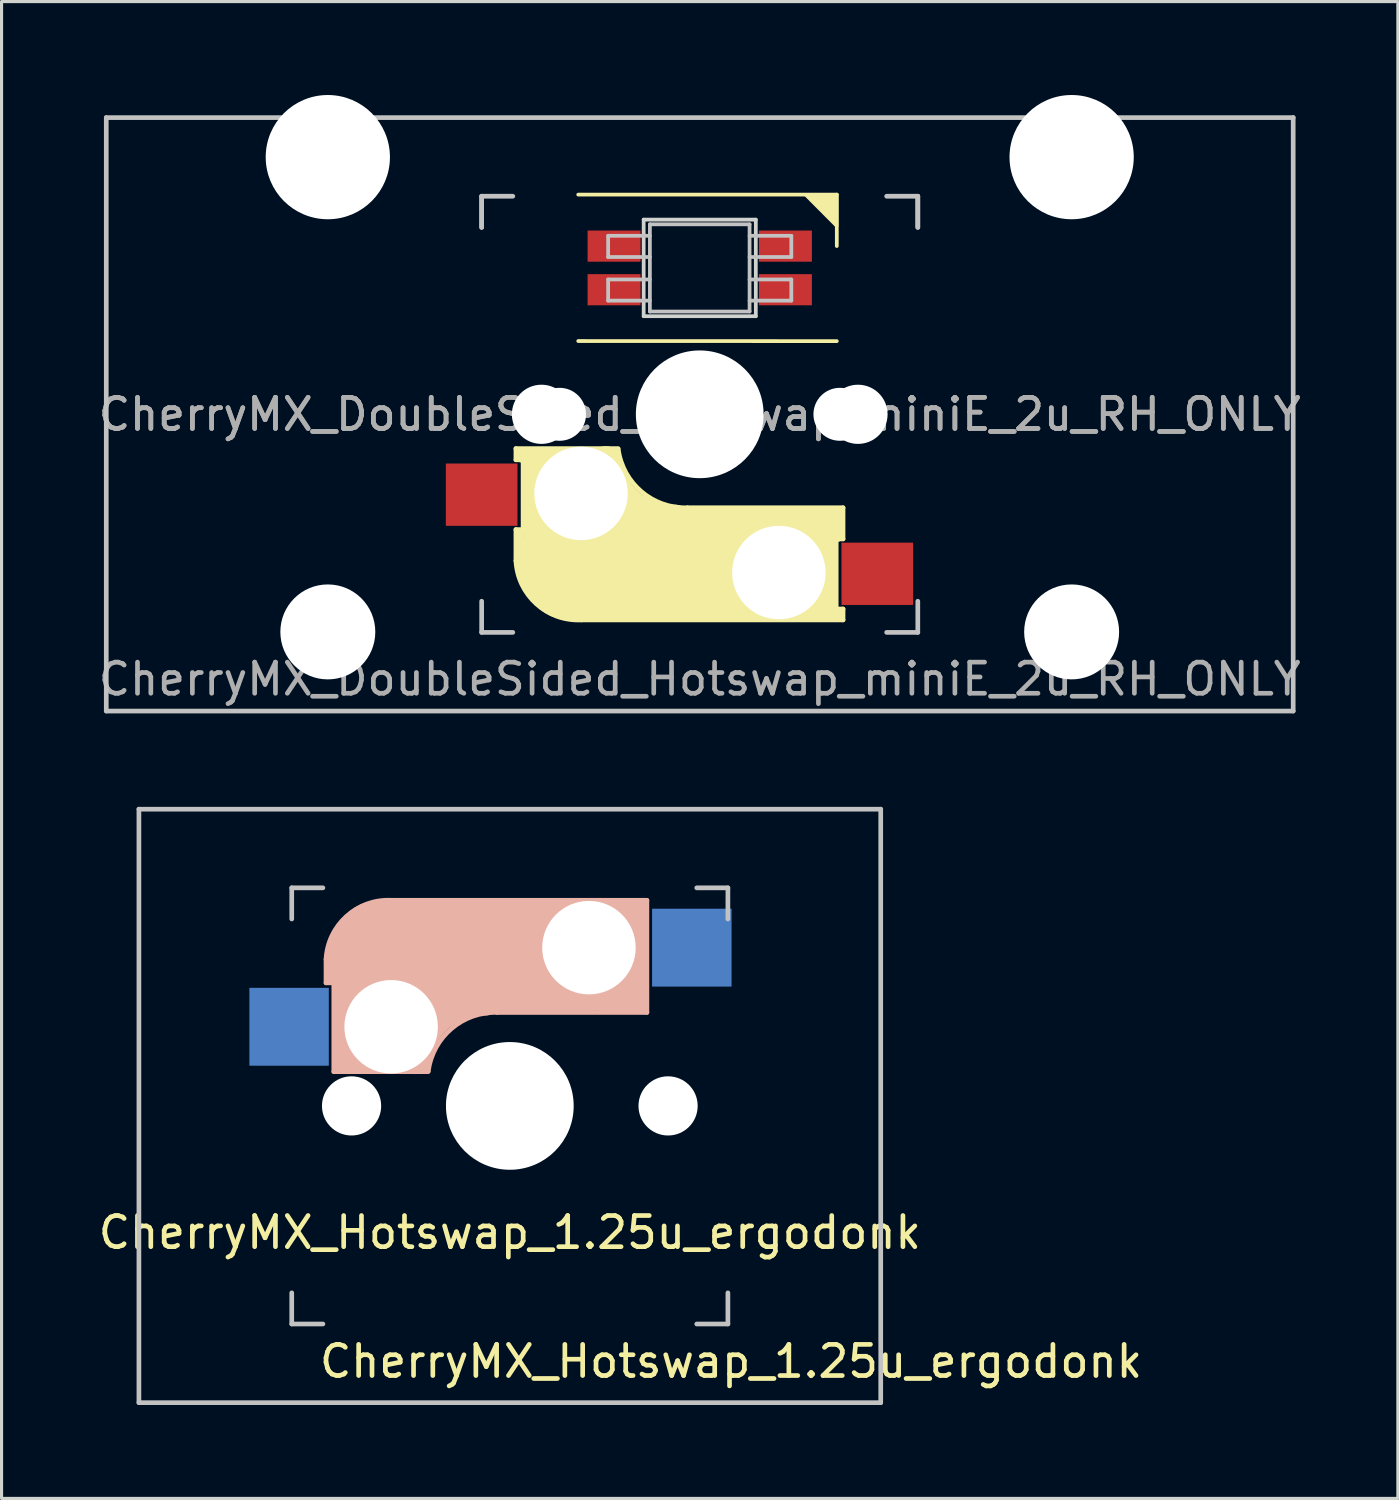
<source format=kicad_pcb>
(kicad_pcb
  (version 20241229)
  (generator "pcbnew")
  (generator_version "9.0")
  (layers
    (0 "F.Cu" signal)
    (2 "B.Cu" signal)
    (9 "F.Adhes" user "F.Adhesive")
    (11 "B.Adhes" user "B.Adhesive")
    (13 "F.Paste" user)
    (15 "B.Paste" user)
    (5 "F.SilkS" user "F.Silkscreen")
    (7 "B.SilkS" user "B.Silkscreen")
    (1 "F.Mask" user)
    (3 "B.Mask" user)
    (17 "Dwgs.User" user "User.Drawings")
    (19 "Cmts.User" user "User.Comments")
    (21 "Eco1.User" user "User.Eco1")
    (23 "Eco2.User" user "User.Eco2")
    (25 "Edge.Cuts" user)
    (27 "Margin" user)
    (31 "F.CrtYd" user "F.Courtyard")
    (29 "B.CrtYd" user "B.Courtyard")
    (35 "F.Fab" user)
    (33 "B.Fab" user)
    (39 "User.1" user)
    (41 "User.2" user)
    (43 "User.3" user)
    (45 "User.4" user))
  (footprint "CherryMX_Hotswap_1.25u_ergodonk"
    (layer "F.Cu")
    (at 13.315 32.449)
    (property "Reference" "CherryMX_Hotswap_1.25u_ergodonk" (at 7.1 8.2 0) (layer "F.SilkS") (effects (font (size 1 1) (thickness 0.15))))
    (attr through_hole)
    (fp_line (start -5.9 -4.7) (end -5.9 -3.95) (stroke (width 0.15) (type solid)) (layer "B.SilkS"))
    (fp_line (start -5.9 -3.95) (end -5.7 -3.95) (stroke (width 0.15) (type solid)) (layer "B.SilkS"))
    (fp_line (start -5.8 -4.05) (end -5.8 -4.7) (stroke (width 0.3) (type solid)) (layer "B.SilkS"))
    (fp_line (start -5.65 -5.55) (end -5.65 -1.1) (stroke (width 0.15) (type solid)) (layer "B.SilkS"))
    (fp_line (start -5.65 -1.1) (end -2.62 -1.1) (stroke (width 0.15) (type solid)) (layer "B.SilkS"))
    (fp_line (start -5.45 -1.3) (end -3 -1.3) (stroke (width 0.5) (type solid)) (layer "B.SilkS"))
    (fp_line (start -5.3 -1.6) (end -5.3 -3.4) (stroke (width 0.8) (type solid)) (layer "B.SilkS"))
    (fp_line (start -4.17 -5.1) (end -4.17 -2.86) (stroke (width 3) (type solid)) (layer "B.SilkS"))
    (fp_line (start -0.4 -3) (end 4.4 -3) (stroke (width 0.15) (type solid)) (layer "B.SilkS"))
    (fp_line (start 2.6 -4.8) (end -4.1 -4.8) (stroke (width 3.5) (type solid)) (layer "B.SilkS"))
    (fp_line (start 3.9 -6) (end 3.9 -3.5) (stroke (width 1) (type solid)) (layer "B.SilkS"))
    (fp_line (start 4.2 -3.25) (end 2.9 -3.3) (stroke (width 0.5) (type solid)) (layer "B.SilkS"))
    (fp_line (start 4.25 -6.4) (end 3 -6.4) (stroke (width 0.4) (type solid)) (layer "B.SilkS"))
    (fp_line (start 4.38 -4) (end 4.38 -6.25) (stroke (width 0.15) (type solid)) (layer "B.SilkS"))
    (fp_line (start 4.4 -6.6) (end -3.8 -6.6) (stroke (width 0.15) (type solid)) (layer "B.SilkS"))
    (fp_line (start 4.4 -3) (end 4.4 -6.6) (stroke (width 0.15) (type solid)) (layer "B.SilkS"))
    (fp_arc (start -5.9 -4.699999) (mid -5.243504 -6.084924) (end -3.800001 -6.6) (stroke (width 0.15) (type solid)) (layer "B.SilkS"))
    (fp_arc (start -3.016318 -1.521471) (mid -2.268709 -2.886118) (end -0.8 -3.4) (stroke (width 1) (type solid)) (layer "B.SilkS"))
    (fp_arc (start -2.616318 -1.121471) (mid -1.868709 -2.486118) (end -0.4 -3) (stroke (width 0.15) (type solid)) (layer "B.SilkS"))
    (fp_line (start -11.906 -9.525) (end 11.906 -9.525) (stroke (width 0.15) (type solid)) (layer "Dwgs.User"))
    (fp_line (start -11.906 9.525) (end -11.906 -9.525) (stroke (width 0.15) (type solid)) (layer "Dwgs.User"))
    (fp_line (start -7 -7) (end -6 -7) (stroke (width 0.15) (type solid)) (layer "Dwgs.User"))
    (fp_line (start -7 -6) (end -7 -7) (stroke (width 0.15) (type solid)) (layer "Dwgs.User"))
    (fp_line (start -7 6) (end -7 7) (stroke (width 0.15) (type solid)) (layer "Dwgs.User"))
    (fp_line (start -7 7) (end -6 7) (stroke (width 0.15) (type solid)) (layer "Dwgs.User"))
    (fp_line (start 6 7) (end 7 7) (stroke (width 0.15) (type solid)) (layer "Dwgs.User"))
    (fp_line (start 7 -7) (end 6 -7) (stroke (width 0.15) (type solid)) (layer "Dwgs.User"))
    (fp_line (start 7 -7) (end 7 -6) (stroke (width 0.15) (type solid)) (layer "Dwgs.User"))
    (fp_line (start 7 7) (end 7 6) (stroke (width 0.15) (type solid)) (layer "Dwgs.User"))
    (fp_line (start 11.906 -9.525) (end 11.906 9.525) (stroke (width 0.15) (type solid)) (layer "Dwgs.User"))
    (fp_line (start 11.906 9.525) (end -11.906 9.525) (stroke (width 0.15) (type solid)) (layer "Dwgs.User"))
    (fp_text user "${REFERENCE}" (at 0 4.064 0) (layer "F.SilkS") (effects (font (size 1 1) (thickness 0.15))))
    (pad "" np_thru_hole circle (at -5.08 0) (size 1.9 1.9) (drill 1.9) (layers "*.Cu" "*.Mask"))
    (pad "" np_thru_hole circle (at -3.81 -2.54) (size 3 3) (drill 3) (layers "*.Cu" "*.Mask"))
    (pad "" np_thru_hole circle (at 0 0 90) (size 4.1 4.1) (drill 4.1) (layers "*.Cu" "*.Mask"))
    (pad "" np_thru_hole circle (at 2.54 -5.08) (size 3 3) (drill 3) (layers "*.Cu" "*.Mask"))
    (pad "" np_thru_hole circle (at 5.08 0) (size 1.9 1.9) (drill 1.9) (layers "*.Cu" "*.Mask"))
    (pad "1" smd rect (at -7.085 -2.54 180) (size 2.55 2.5) (layers "B.Cu" "B.Mask" "B.Paste"))
    (pad "2" smd rect (at 5.842 -5.08 180) (size 2.55 2.5) (layers "B.Cu" "B.Mask" "B.Paste")))
  (footprint "CherryMX_DoubleSided_Hotswap_miniE_2u_RH_ONLY"
    (layer "F.Cu")
    (at 19.411 10.249)
    (property "Reference" "CherryMX_DoubleSided_Hotswap_miniE_2u_RH_ONLY" (at 0 8.5 0) (layer "F.Fab") (effects (font (size 1 1) (thickness 0.15))))
    (attr through_hole)
    (fp_line (start -5.9 1.1) (end -5.9 1.46) (stroke (width 0.15) (type solid)) (layer "F.SilkS"))
    (fp_line (start -5.9 1.1) (end -2.62 1.1) (stroke (width 0.15) (type solid)) (layer "F.SilkS"))
    (fp_line (start -5.9 3.7) (end -5.7 3.7) (stroke (width 0.15) (type solid)) (layer "F.SilkS"))
    (fp_line (start -5.9 4.7) (end -5.9 3.7) (stroke (width 0.15) (type solid)) (layer "F.SilkS"))
    (fp_line (start -5.8 3.8) (end -5.8 4.7) (stroke (width 0.3) (type solid)) (layer "F.SilkS"))
    (fp_line (start -5.7 1.3) (end -3 1.3) (stroke (width 0.5) (type solid)) (layer "F.SilkS"))
    (fp_line (start -5.7 1.46) (end -5.9 1.46) (stroke (width 0.15) (type solid)) (layer "F.SilkS"))
    (fp_line (start -5.67 3.7) (end -5.67 1.46) (stroke (width 0.15) (type solid)) (layer "F.SilkS"))
    (fp_line (start -5.3 1.6) (end -5.3 3.4) (stroke (width 0.8) (type solid)) (layer "F.SilkS"))
    (fp_line (start -4.17 5.1) (end -4.17 2.86) (stroke (width 3) (type solid)) (layer "F.SilkS"))
    (fp_line (start -3.9 -7.052) (end 4.4 -7.052) (stroke (width 0.12) (type solid)) (layer "F.SilkS"))
    (fp_line (start -0.4 3) (end 4.6 3) (stroke (width 0.15) (type solid)) (layer "F.SilkS"))
    (fp_line (start 2.6 4.8) (end -4.1 4.8) (stroke (width 3.5) (type solid)) (layer "F.SilkS"))
    (fp_line (start 3.9 6) (end 3.9 3.5) (stroke (width 1) (type solid)) (layer "F.SilkS"))
    (fp_line (start 4.3 3.3) (end 2.9 3.3) (stroke (width 0.5) (type solid)) (layer "F.SilkS"))
    (fp_line (start 4.38 4) (end 4.38 6.25) (stroke (width 0.15) (type solid)) (layer "F.SilkS"))
    (fp_line (start 4.4 -7.052) (end 4.4 -5.401) (stroke (width 0.12) (type solid)) (layer "F.SilkS"))
    (fp_line (start 4.4 -2.349) (end -3.9 -2.352) (stroke (width 0.12) (type solid)) (layer "F.SilkS"))
    (fp_line (start 4.4 3.9) (end 4.4 3.2) (stroke (width 0.4) (type solid)) (layer "F.SilkS"))
    (fp_line (start 4.4 6.25) (end 4.6 6.25) (stroke (width 0.15) (type solid)) (layer "F.SilkS"))
    (fp_line (start 4.4 6.4) (end 3 6.4) (stroke (width 0.4) (type solid)) (layer "F.SilkS"))
    (fp_line (start 4.6 3) (end 4.6 4) (stroke (width 0.15) (type solid)) (layer "F.SilkS"))
    (fp_line (start 4.6 4) (end 4.4 4) (stroke (width 0.15) (type solid)) (layer "F.SilkS"))
    (fp_line (start 4.6 6.25) (end 4.6 6.6) (stroke (width 0.15) (type solid)) (layer "F.SilkS"))
    (fp_line (start 4.6 6.6) (end -3.8 6.6) (stroke (width 0.15) (type solid)) (layer "F.SilkS"))
    (fp_arc (start -3.8 6.600001) (mid -5.243504 6.084925) (end -5.900001 4.7) (stroke (width 0.15) (type solid)) (layer "F.SilkS"))
    (fp_arc (start -0.8 3.4) (mid -2.268709 2.886118) (end -3.016318 1.521471) (stroke (width 1) (type solid)) (layer "F.SilkS"))
    (fp_arc (start -0.4 3) (mid -1.868709 2.486118) (end -2.616318 1.121471) (stroke (width 0.15) (type solid)) (layer "F.SilkS"))
    (fp_poly (pts (xy 3.392 -7.049) (xy 4.4 -7.052) (xy 4.4 -6.036)) (stroke (width 0.1) (type solid)) (fill yes) (layer "F.SilkS"))
    (fp_line (start -4.3 3.3) (end -2.9 3.3) (stroke (width 0.5) (type solid)) (layer "B.SilkS"))
    (fp_line (start -19.05 -9.525) (end 19.05 -9.525) (stroke (width 0.15) (type solid)) (layer "Dwgs.User"))
    (fp_line (start -19.05 9.525) (end -19.05 -9.525) (stroke (width 0.15) (type solid)) (layer "Dwgs.User"))
    (fp_line (start -7 -7) (end -7 -6) (stroke (width 0.15) (type solid)) (layer "Dwgs.User"))
    (fp_line (start -7 -7) (end -6 -7) (stroke (width 0.15) (type solid)) (layer "Dwgs.User"))
    (fp_line (start -7 -6) (end -7 -7) (stroke (width 0.15) (type solid)) (layer "Dwgs.User"))
    (fp_line (start -7 7) (end -7 6) (stroke (width 0.15) (type solid)) (layer "Dwgs.User"))
    (fp_line (start -7 7) (end -6 7) (stroke (width 0.15) (type solid)) (layer "Dwgs.User"))
    (fp_line (start -2.94 -5.729) (end -2.94 -5.049) (stroke (width 0.12) (type solid)) (layer "Dwgs.User"))
    (fp_line (start -2.94 -5.049) (end -1.6 -5.049) (stroke (width 0.12) (type solid)) (layer "Dwgs.User"))
    (fp_line (start -2.94 -4.329) (end -2.94 -3.649) (stroke (width 0.12) (type solid)) (layer "Dwgs.User"))
    (fp_line (start -2.94 -3.649) (end -1.6 -3.649) (stroke (width 0.12) (type solid)) (layer "Dwgs.User"))
    (fp_line (start -1.6 -5.729) (end -2.94 -5.729) (stroke (width 0.12) (type solid)) (layer "Dwgs.User"))
    (fp_line (start -1.6 -4.329) (end -2.94 -4.329) (stroke (width 0.12) (type solid)) (layer "Dwgs.User"))
    (fp_line (start -1.6 -3.299) (end -1.6 -6.099) (stroke (width 0.12) (type solid)) (layer "Dwgs.User"))
    (fp_line (start 1.6 -6.099) (end -1.6 -6.099) (stroke (width 0.12) (type solid)) (layer "Dwgs.User"))
    (fp_line (start 1.6 -5.049) (end 2.94 -5.049) (stroke (width 0.12) (type solid)) (layer "Dwgs.User"))
    (fp_line (start 1.6 -3.649) (end 2.94 -3.649) (stroke (width 0.12) (type solid)) (layer "Dwgs.User"))
    (fp_line (start 1.6 -3.299) (end -1.6 -3.299) (stroke (width 0.12) (type solid)) (layer "Dwgs.User"))
    (fp_line (start 1.6 -3.299) (end 1.6 -6.099) (stroke (width 0.12) (type solid)) (layer "Dwgs.User"))
    (fp_line (start 2.94 -5.729) (end 1.6 -5.729) (stroke (width 0.12) (type solid)) (layer "Dwgs.User"))
    (fp_line (start 2.94 -5.049) (end 2.94 -5.729) (stroke (width 0.12) (type solid)) (layer "Dwgs.User"))
    (fp_line (start 2.94 -4.329) (end 1.6 -4.329) (stroke (width 0.12) (type solid)) (layer "Dwgs.User"))
    (fp_line (start 2.94 -3.649) (end 2.94 -4.329) (stroke (width 0.12) (type solid)) (layer "Dwgs.User"))
    (fp_line (start 7 -7) (end 6 -7) (stroke (width 0.15) (type solid)) (layer "Dwgs.User"))
    (fp_line (start 7 -6) (end 7 -7) (stroke (width 0.15) (type solid)) (layer "Dwgs.User"))
    (fp_line (start 7 -6) (end 7 -7) (stroke (width 0.15) (type solid)) (layer "Dwgs.User"))
    (fp_line (start 7 6) (end 7 7) (stroke (width 0.15) (type solid)) (layer "Dwgs.User"))
    (fp_line (start 7 7) (end 6 7) (stroke (width 0.15) (type solid)) (layer "Dwgs.User"))
    (fp_line (start 19.05 -9.525) (end 19.05 9.525) (stroke (width 0.15) (type solid)) (layer "Dwgs.User"))
    (fp_line (start 19.05 9.525) (end -19.05 9.525) (stroke (width 0.15) (type solid)) (layer "Dwgs.User"))
    (fp_line (start -1.8 -6.249) (end -1.8 -3.149) (stroke (width 0.12) (type solid)) (layer "Edge.Cuts"))
    (fp_line (start -1.8 -3.149) (end 1.8 -3.149) (stroke (width 0.12) (type solid)) (layer "Edge.Cuts"))
    (fp_line (start 1.8 -6.249) (end -1.8 -6.249) (stroke (width 0.12) (type solid)) (layer "Edge.Cuts"))
    (fp_line (start 1.8 -3.149) (end 1.8 -6.249) (stroke (width 0.12) (type solid)) (layer "Edge.Cuts"))
    (fp_text user "${REFERENCE}" (at 0 0 180) (layer "F.Fab") (effects (font (size 1 1) (thickness 0.15))))
    (fp_text user "${REFERENCE}" (at 0 0 180) (layer "F.Fab") (effects (font (size 1 1) (thickness 0.15))))
    (pad "" np_thru_hole circle (at -11.938 -8.255) (size 3.988 3.988) (drill 3.988) (layers "*.Cu" "*.Mask"))
    (pad "" np_thru_hole circle (at -11.938 6.985) (size 3.048 3.048) (drill 3.048) (layers "*.Cu" "*.Mask"))
    (pad "" np_thru_hole circle (at -5.08 0 180) (size 1.9 1.9) (drill 1.9) (layers "*.Cu" "*.Mask"))
    (pad "" np_thru_hole circle (at -4.5 0 180) (size 1.7 1.7) (drill 1.7) (layers "*.Cu" "*.Mask"))
    (pad "" np_thru_hole circle (at -3.81 2.54) (size 3 3) (drill 3) (layers "*.Cu" "*.Mask"))
    (pad "" np_thru_hole circle (at 0 0 270) (size 4.1 4.1) (drill 4.1) (layers "*.Cu" "*.Mask"))
    (pad "" np_thru_hole circle (at 2.54 5.08) (size 3 3) (drill 3) (layers "*.Cu" "*.Mask"))
    (pad "" np_thru_hole circle (at 4.5 0 180) (size 1.7 1.7) (drill 1.7) (layers "*.Cu" "*.Mask"))
    (pad "" np_thru_hole circle (at 5.08 0 180) (size 1.9 1.9) (drill 1.9) (layers "*.Cu" "*.Mask"))
    (pad "" np_thru_hole circle (at 11.938 -8.255) (size 3.988 3.988) (drill 3.988) (layers "*.Cu" "*.Mask"))
    (pad "" np_thru_hole circle (at 11.938 6.985) (size 3.048 3.048) (drill 3.048) (layers "*.Cu" "*.Mask"))
    (pad "1" smd rect (at -2.75 -3.999 180) (size 1.7 1) (layers "F.Cu" "F.Mask" "F.Paste"))
    (pad "2" smd rect (at -2.75 -5.399 180) (size 1.7 1) (layers "F.Cu" "F.Mask" "F.Paste"))
    (pad "3" smd rect (at 2.75 -5.399 180) (size 1.7 1) (layers "F.Cu" "F.Mask" "F.Paste"))
    (pad "4" smd rect (at 2.75 -3.999 180) (size 1.7 1) (layers "F.Cu" "F.Mask" "F.Paste"))
    (pad "5" smd rect (at 5.7 5.12) (size 2.3 2) (layers "F.Cu" "F.Mask" "F.Paste"))
    (pad "6" smd rect (at -7 2.58) (size 2.3 2) (layers "F.Cu" "F.Mask" "F.Paste")))
  (gr_rect
    (start -3 -3)
    (end 41.821 45.049)
    (stroke (width 0.1) (type default))
    (fill no)
    (layer "Edge.Cuts")))
</source>
